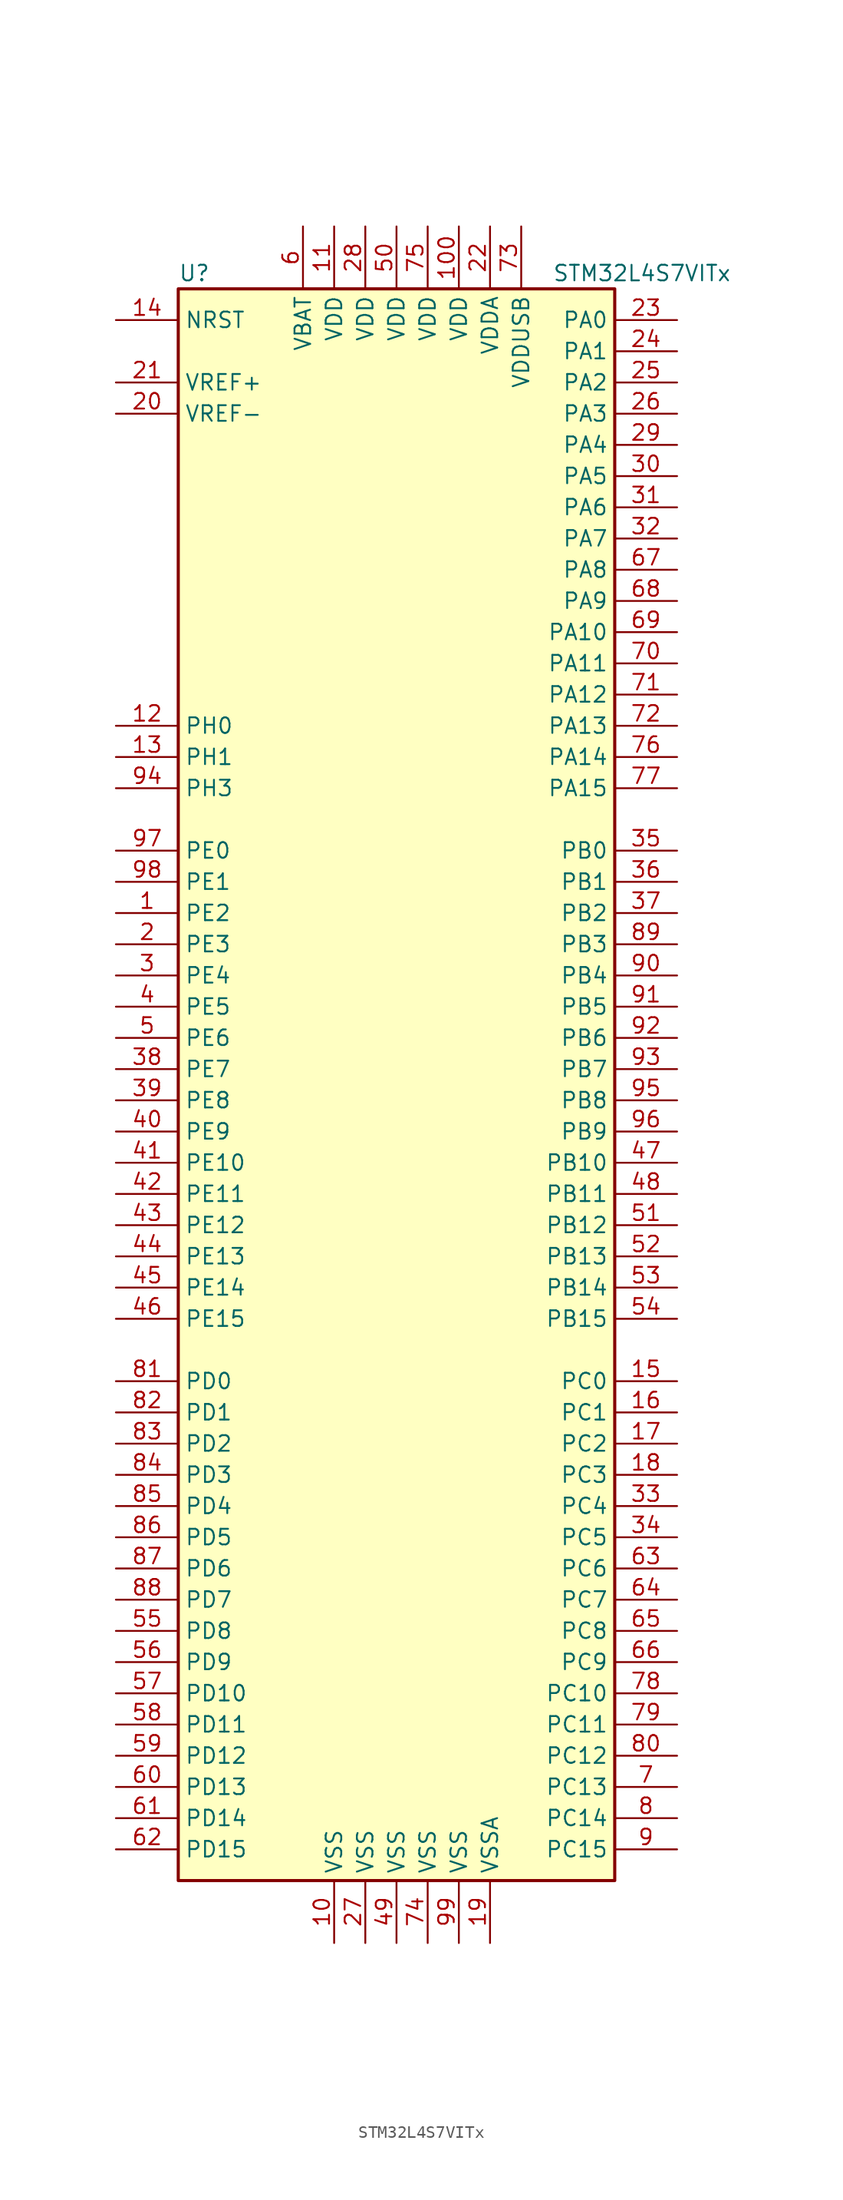
<source format=kicad_sym>
(kicad_symbol_lib
  (version 20201005)
  (generator kicad_symbol_editor)
  (symbol "STM32L4S7VITx"
    (property "Reference" "U"
      (at -17.78 64.77 0)
      (effects (font (size 1.27 1.27)) (justify left)))
    (property "Value" "STM32L4S7VITx"
      (at 12.7 64.77 0)
      (effects (font (size 1.27 1.27)) (justify left)))
    (symbol "STM32L4S7VITx_0_1"
      (rectangle (start -17.78 -66.04) (end 17.78 63.5) (stroke (width 0.254)) (fill (type background))))
    (symbol "STM32L4S7VITx_1_1"
      (pin input line (at -22.86 60.96 0) (length 5.08) (name "NRST" (effects (font (size 1.27 1.27)))) (number "14" (effects (font (size 1.27 1.27)))))
      (pin bidirectional line (at 22.86 60.96 180) (length 5.08) (name "PA0" (effects (font (size 1.27 1.27)))) (number "23" (effects (font (size 1.27 1.27)))))
      (pin bidirectional line (at 22.86 58.42 180) (length 5.08) (name "PA1" (effects (font (size 1.27 1.27)))) (number "24" (effects (font (size 1.27 1.27)))))
      (pin bidirectional line (at 22.86 35.56 180) (length 5.08) (name "PA10" (effects (font (size 1.27 1.27)))) (number "69" (effects (font (size 1.27 1.27)))))
      (pin bidirectional line (at 22.86 33.02 180) (length 5.08) (name "PA11" (effects (font (size 1.27 1.27)))) (number "70" (effects (font (size 1.27 1.27)))))
      (pin bidirectional line (at 22.86 30.48 180) (length 5.08) (name "PA12" (effects (font (size 1.27 1.27)))) (number "71" (effects (font (size 1.27 1.27)))))
      (pin bidirectional line (at 22.86 27.94 180) (length 5.08) (name "PA13" (effects (font (size 1.27 1.27)))) (number "72" (effects (font (size 1.27 1.27)))))
      (pin bidirectional line (at 22.86 25.4 180) (length 5.08) (name "PA14" (effects (font (size 1.27 1.27)))) (number "76" (effects (font (size 1.27 1.27)))))
      (pin bidirectional line (at 22.86 22.86 180) (length 5.08) (name "PA15" (effects (font (size 1.27 1.27)))) (number "77" (effects (font (size 1.27 1.27)))))
      (pin bidirectional line (at 22.86 55.88 180) (length 5.08) (name "PA2" (effects (font (size 1.27 1.27)))) (number "25" (effects (font (size 1.27 1.27)))))
      (pin bidirectional line (at 22.86 53.34 180) (length 5.08) (name "PA3" (effects (font (size 1.27 1.27)))) (number "26" (effects (font (size 1.27 1.27)))))
      (pin bidirectional line (at 22.86 50.8 180) (length 5.08) (name "PA4" (effects (font (size 1.27 1.27)))) (number "29" (effects (font (size 1.27 1.27)))))
      (pin bidirectional line (at 22.86 48.26 180) (length 5.08) (name "PA5" (effects (font (size 1.27 1.27)))) (number "30" (effects (font (size 1.27 1.27)))))
      (pin bidirectional line (at 22.86 45.72 180) (length 5.08) (name "PA6" (effects (font (size 1.27 1.27)))) (number "31" (effects (font (size 1.27 1.27)))))
      (pin bidirectional line (at 22.86 43.18 180) (length 5.08) (name "PA7" (effects (font (size 1.27 1.27)))) (number "32" (effects (font (size 1.27 1.27)))))
      (pin bidirectional line (at 22.86 40.64 180) (length 5.08) (name "PA8" (effects (font (size 1.27 1.27)))) (number "67" (effects (font (size 1.27 1.27)))))
      (pin bidirectional line (at 22.86 38.1 180) (length 5.08) (name "PA9" (effects (font (size 1.27 1.27)))) (number "68" (effects (font (size 1.27 1.27)))))
      (pin bidirectional line (at 22.86 17.78 180) (length 5.08) (name "PB0" (effects (font (size 1.27 1.27)))) (number "35" (effects (font (size 1.27 1.27)))))
      (pin bidirectional line (at 22.86 15.24 180) (length 5.08) (name "PB1" (effects (font (size 1.27 1.27)))) (number "36" (effects (font (size 1.27 1.27)))))
      (pin bidirectional line (at 22.86 -7.62 180) (length 5.08) (name "PB10" (effects (font (size 1.27 1.27)))) (number "47" (effects (font (size 1.27 1.27)))))
      (pin bidirectional line (at 22.86 -10.16 180) (length 5.08) (name "PB11" (effects (font (size 1.27 1.27)))) (number "48" (effects (font (size 1.27 1.27)))))
      (pin bidirectional line (at 22.86 -12.7 180) (length 5.08) (name "PB12" (effects (font (size 1.27 1.27)))) (number "51" (effects (font (size 1.27 1.27)))))
      (pin bidirectional line (at 22.86 -15.24 180) (length 5.08) (name "PB13" (effects (font (size 1.27 1.27)))) (number "52" (effects (font (size 1.27 1.27)))))
      (pin bidirectional line (at 22.86 -17.78 180) (length 5.08) (name "PB14" (effects (font (size 1.27 1.27)))) (number "53" (effects (font (size 1.27 1.27)))))
      (pin bidirectional line (at 22.86 -20.32 180) (length 5.08) (name "PB15" (effects (font (size 1.27 1.27)))) (number "54" (effects (font (size 1.27 1.27)))))
      (pin bidirectional line (at 22.86 12.7 180) (length 5.08) (name "PB2" (effects (font (size 1.27 1.27)))) (number "37" (effects (font (size 1.27 1.27)))))
      (pin bidirectional line (at 22.86 10.16 180) (length 5.08) (name "PB3" (effects (font (size 1.27 1.27)))) (number "89" (effects (font (size 1.27 1.27)))))
      (pin bidirectional line (at 22.86 7.62 180) (length 5.08) (name "PB4" (effects (font (size 1.27 1.27)))) (number "90" (effects (font (size 1.27 1.27)))))
      (pin bidirectional line (at 22.86 5.08 180) (length 5.08) (name "PB5" (effects (font (size 1.27 1.27)))) (number "91" (effects (font (size 1.27 1.27)))))
      (pin bidirectional line (at 22.86 2.54 180) (length 5.08) (name "PB6" (effects (font (size 1.27 1.27)))) (number "92" (effects (font (size 1.27 1.27)))))
      (pin bidirectional line (at 22.86 0 180) (length 5.08) (name "PB7" (effects (font (size 1.27 1.27)))) (number "93" (effects (font (size 1.27 1.27)))))
      (pin bidirectional line (at 22.86 -2.54 180) (length 5.08) (name "PB8" (effects (font (size 1.27 1.27)))) (number "95" (effects (font (size 1.27 1.27)))))
      (pin bidirectional line (at 22.86 -5.08 180) (length 5.08) (name "PB9" (effects (font (size 1.27 1.27)))) (number "96" (effects (font (size 1.27 1.27)))))
      (pin bidirectional line (at 22.86 -25.4 180) (length 5.08) (name "PC0" (effects (font (size 1.27 1.27)))) (number "15" (effects (font (size 1.27 1.27)))))
      (pin bidirectional line (at 22.86 -27.94 180) (length 5.08) (name "PC1" (effects (font (size 1.27 1.27)))) (number "16" (effects (font (size 1.27 1.27)))))
      (pin bidirectional line (at 22.86 -50.8 180) (length 5.08) (name "PC10" (effects (font (size 1.27 1.27)))) (number "78" (effects (font (size 1.27 1.27)))))
      (pin bidirectional line (at 22.86 -53.34 180) (length 5.08) (name "PC11" (effects (font (size 1.27 1.27)))) (number "79" (effects (font (size 1.27 1.27)))))
      (pin bidirectional line (at 22.86 -55.88 180) (length 5.08) (name "PC12" (effects (font (size 1.27 1.27)))) (number "80" (effects (font (size 1.27 1.27)))))
      (pin bidirectional line (at 22.86 -58.42 180) (length 5.08) (name "PC13" (effects (font (size 1.27 1.27)))) (number "7" (effects (font (size 1.27 1.27)))))
      (pin bidirectional line (at 22.86 -60.96 180) (length 5.08) (name "PC14" (effects (font (size 1.27 1.27)))) (number "8" (effects (font (size 1.27 1.27)))))
      (pin bidirectional line (at 22.86 -63.5 180) (length 5.08) (name "PC15" (effects (font (size 1.27 1.27)))) (number "9" (effects (font (size 1.27 1.27)))))
      (pin bidirectional line (at 22.86 -30.48 180) (length 5.08) (name "PC2" (effects (font (size 1.27 1.27)))) (number "17" (effects (font (size 1.27 1.27)))))
      (pin bidirectional line (at 22.86 -33.02 180) (length 5.08) (name "PC3" (effects (font (size 1.27 1.27)))) (number "18" (effects (font (size 1.27 1.27)))))
      (pin bidirectional line (at 22.86 -35.56 180) (length 5.08) (name "PC4" (effects (font (size 1.27 1.27)))) (number "33" (effects (font (size 1.27 1.27)))))
      (pin bidirectional line (at 22.86 -38.1 180) (length 5.08) (name "PC5" (effects (font (size 1.27 1.27)))) (number "34" (effects (font (size 1.27 1.27)))))
      (pin bidirectional line (at 22.86 -40.64 180) (length 5.08) (name "PC6" (effects (font (size 1.27 1.27)))) (number "63" (effects (font (size 1.27 1.27)))))
      (pin bidirectional line (at 22.86 -43.18 180) (length 5.08) (name "PC7" (effects (font (size 1.27 1.27)))) (number "64" (effects (font (size 1.27 1.27)))))
      (pin bidirectional line (at 22.86 -45.72 180) (length 5.08) (name "PC8" (effects (font (size 1.27 1.27)))) (number "65" (effects (font (size 1.27 1.27)))))
      (pin bidirectional line (at 22.86 -48.26 180) (length 5.08) (name "PC9" (effects (font (size 1.27 1.27)))) (number "66" (effects (font (size 1.27 1.27)))))
      (pin bidirectional line (at -22.86 -25.4 0) (length 5.08) (name "PD0" (effects (font (size 1.27 1.27)))) (number "81" (effects (font (size 1.27 1.27)))))
      (pin bidirectional line (at -22.86 -27.94 0) (length 5.08) (name "PD1" (effects (font (size 1.27 1.27)))) (number "82" (effects (font (size 1.27 1.27)))))
      (pin bidirectional line (at -22.86 -50.8 0) (length 5.08) (name "PD10" (effects (font (size 1.27 1.27)))) (number "57" (effects (font (size 1.27 1.27)))))
      (pin bidirectional line (at -22.86 -53.34 0) (length 5.08) (name "PD11" (effects (font (size 1.27 1.27)))) (number "58" (effects (font (size 1.27 1.27)))))
      (pin bidirectional line (at -22.86 -55.88 0) (length 5.08) (name "PD12" (effects (font (size 1.27 1.27)))) (number "59" (effects (font (size 1.27 1.27)))))
      (pin bidirectional line (at -22.86 -58.42 0) (length 5.08) (name "PD13" (effects (font (size 1.27 1.27)))) (number "60" (effects (font (size 1.27 1.27)))))
      (pin bidirectional line (at -22.86 -60.96 0) (length 5.08) (name "PD14" (effects (font (size 1.27 1.27)))) (number "61" (effects (font (size 1.27 1.27)))))
      (pin bidirectional line (at -22.86 -63.5 0) (length 5.08) (name "PD15" (effects (font (size 1.27 1.27)))) (number "62" (effects (font (size 1.27 1.27)))))
      (pin bidirectional line (at -22.86 -30.48 0) (length 5.08) (name "PD2" (effects (font (size 1.27 1.27)))) (number "83" (effects (font (size 1.27 1.27)))))
      (pin bidirectional line (at -22.86 -33.02 0) (length 5.08) (name "PD3" (effects (font (size 1.27 1.27)))) (number "84" (effects (font (size 1.27 1.27)))))
      (pin bidirectional line (at -22.86 -35.56 0) (length 5.08) (name "PD4" (effects (font (size 1.27 1.27)))) (number "85" (effects (font (size 1.27 1.27)))))
      (pin bidirectional line (at -22.86 -38.1 0) (length 5.08) (name "PD5" (effects (font (size 1.27 1.27)))) (number "86" (effects (font (size 1.27 1.27)))))
      (pin bidirectional line (at -22.86 -40.64 0) (length 5.08) (name "PD6" (effects (font (size 1.27 1.27)))) (number "87" (effects (font (size 1.27 1.27)))))
      (pin bidirectional line (at -22.86 -43.18 0) (length 5.08) (name "PD7" (effects (font (size 1.27 1.27)))) (number "88" (effects (font (size 1.27 1.27)))))
      (pin bidirectional line (at -22.86 -45.72 0) (length 5.08) (name "PD8" (effects (font (size 1.27 1.27)))) (number "55" (effects (font (size 1.27 1.27)))))
      (pin bidirectional line (at -22.86 -48.26 0) (length 5.08) (name "PD9" (effects (font (size 1.27 1.27)))) (number "56" (effects (font (size 1.27 1.27)))))
      (pin bidirectional line (at -22.86 17.78 0) (length 5.08) (name "PE0" (effects (font (size 1.27 1.27)))) (number "97" (effects (font (size 1.27 1.27)))))
      (pin bidirectional line (at -22.86 15.24 0) (length 5.08) (name "PE1" (effects (font (size 1.27 1.27)))) (number "98" (effects (font (size 1.27 1.27)))))
      (pin bidirectional line (at -22.86 -7.62 0) (length 5.08) (name "PE10" (effects (font (size 1.27 1.27)))) (number "41" (effects (font (size 1.27 1.27)))))
      (pin bidirectional line (at -22.86 -10.16 0) (length 5.08) (name "PE11" (effects (font (size 1.27 1.27)))) (number "42" (effects (font (size 1.27 1.27)))))
      (pin bidirectional line (at -22.86 -12.7 0) (length 5.08) (name "PE12" (effects (font (size 1.27 1.27)))) (number "43" (effects (font (size 1.27 1.27)))))
      (pin bidirectional line (at -22.86 -15.24 0) (length 5.08) (name "PE13" (effects (font (size 1.27 1.27)))) (number "44" (effects (font (size 1.27 1.27)))))
      (pin bidirectional line (at -22.86 -17.78 0) (length 5.08) (name "PE14" (effects (font (size 1.27 1.27)))) (number "45" (effects (font (size 1.27 1.27)))))
      (pin bidirectional line (at -22.86 -20.32 0) (length 5.08) (name "PE15" (effects (font (size 1.27 1.27)))) (number "46" (effects (font (size 1.27 1.27)))))
      (pin bidirectional line (at -22.86 12.7 0) (length 5.08) (name "PE2" (effects (font (size 1.27 1.27)))) (number "1" (effects (font (size 1.27 1.27)))))
      (pin bidirectional line (at -22.86 10.16 0) (length 5.08) (name "PE3" (effects (font (size 1.27 1.27)))) (number "2" (effects (font (size 1.27 1.27)))))
      (pin bidirectional line (at -22.86 7.62 0) (length 5.08) (name "PE4" (effects (font (size 1.27 1.27)))) (number "3" (effects (font (size 1.27 1.27)))))
      (pin bidirectional line (at -22.86 5.08 0) (length 5.08) (name "PE5" (effects (font (size 1.27 1.27)))) (number "4" (effects (font (size 1.27 1.27)))))
      (pin bidirectional line (at -22.86 2.54 0) (length 5.08) (name "PE6" (effects (font (size 1.27 1.27)))) (number "5" (effects (font (size 1.27 1.27)))))
      (pin bidirectional line (at -22.86 0 0) (length 5.08) (name "PE7" (effects (font (size 1.27 1.27)))) (number "38" (effects (font (size 1.27 1.27)))))
      (pin bidirectional line (at -22.86 -2.54 0) (length 5.08) (name "PE8" (effects (font (size 1.27 1.27)))) (number "39" (effects (font (size 1.27 1.27)))))
      (pin bidirectional line (at -22.86 -5.08 0) (length 5.08) (name "PE9" (effects (font (size 1.27 1.27)))) (number "40" (effects (font (size 1.27 1.27)))))
      (pin input line (at -22.86 27.94 0) (length 5.08) (name "PH0" (effects (font (size 1.27 1.27)))) (number "12" (effects (font (size 1.27 1.27)))))
      (pin input line (at -22.86 25.4 0) (length 5.08) (name "PH1" (effects (font (size 1.27 1.27)))) (number "13" (effects (font (size 1.27 1.27)))))
      (pin bidirectional line (at -22.86 22.86 0) (length 5.08) (name "PH3" (effects (font (size 1.27 1.27)))) (number "94" (effects (font (size 1.27 1.27)))))
      (pin power_in line (at -7.62 68.58 270) (length 5.08) (name "VBAT" (effects (font (size 1.27 1.27)))) (number "6" (effects (font (size 1.27 1.27)))))
      (pin power_in line (at 5.08 68.58 270) (length 5.08) (name "VDD" (effects (font (size 1.27 1.27)))) (number "100" (effects (font (size 1.27 1.27)))))
      (pin power_in line (at -5.08 68.58 270) (length 5.08) (name "VDD" (effects (font (size 1.27 1.27)))) (number "11" (effects (font (size 1.27 1.27)))))
      (pin power_in line (at -2.54 68.58 270) (length 5.08) (name "VDD" (effects (font (size 1.27 1.27)))) (number "28" (effects (font (size 1.27 1.27)))))
      (pin power_in line (at 0 68.58 270) (length 5.08) (name "VDD" (effects (font (size 1.27 1.27)))) (number "50" (effects (font (size 1.27 1.27)))))
      (pin power_in line (at 2.54 68.58 270) (length 5.08) (name "VDD" (effects (font (size 1.27 1.27)))) (number "75" (effects (font (size 1.27 1.27)))))
      (pin power_in line (at 7.62 68.58 270) (length 5.08) (name "VDDA" (effects (font (size 1.27 1.27)))) (number "22" (effects (font (size 1.27 1.27)))))
      (pin power_in line (at 10.16 68.58 270) (length 5.08) (name "VDDUSB" (effects (font (size 1.27 1.27)))) (number "73" (effects (font (size 1.27 1.27)))))
      (pin bidirectional line (at -22.86 55.88 0) (length 5.08) (name "VREF+" (effects (font (size 1.27 1.27)))) (number "21" (effects (font (size 1.27 1.27)))))
      (pin power_in line (at -22.86 53.34 0) (length 5.08) (name "VREF-" (effects (font (size 1.27 1.27)))) (number "20" (effects (font (size 1.27 1.27)))))
      (pin power_in line (at -5.08 -71.12 90) (length 5.08) (name "VSS" (effects (font (size 1.27 1.27)))) (number "10" (effects (font (size 1.27 1.27)))))
      (pin power_in line (at -2.54 -71.12 90) (length 5.08) (name "VSS" (effects (font (size 1.27 1.27)))) (number "27" (effects (font (size 1.27 1.27)))))
      (pin power_in line (at 0 -71.12 90) (length 5.08) (name "VSS" (effects (font (size 1.27 1.27)))) (number "49" (effects (font (size 1.27 1.27)))))
      (pin power_in line (at 2.54 -71.12 90) (length 5.08) (name "VSS" (effects (font (size 1.27 1.27)))) (number "74" (effects (font (size 1.27 1.27)))))
      (pin power_in line (at 5.08 -71.12 90) (length 5.08) (name "VSS" (effects (font (size 1.27 1.27)))) (number "99" (effects (font (size 1.27 1.27)))))
      (pin power_in line (at 7.62 -71.12 90) (length 5.08) (name "VSSA" (effects (font (size 1.27 1.27)))) (number "19" (effects (font (size 1.27 1.27))))))))
</source>
